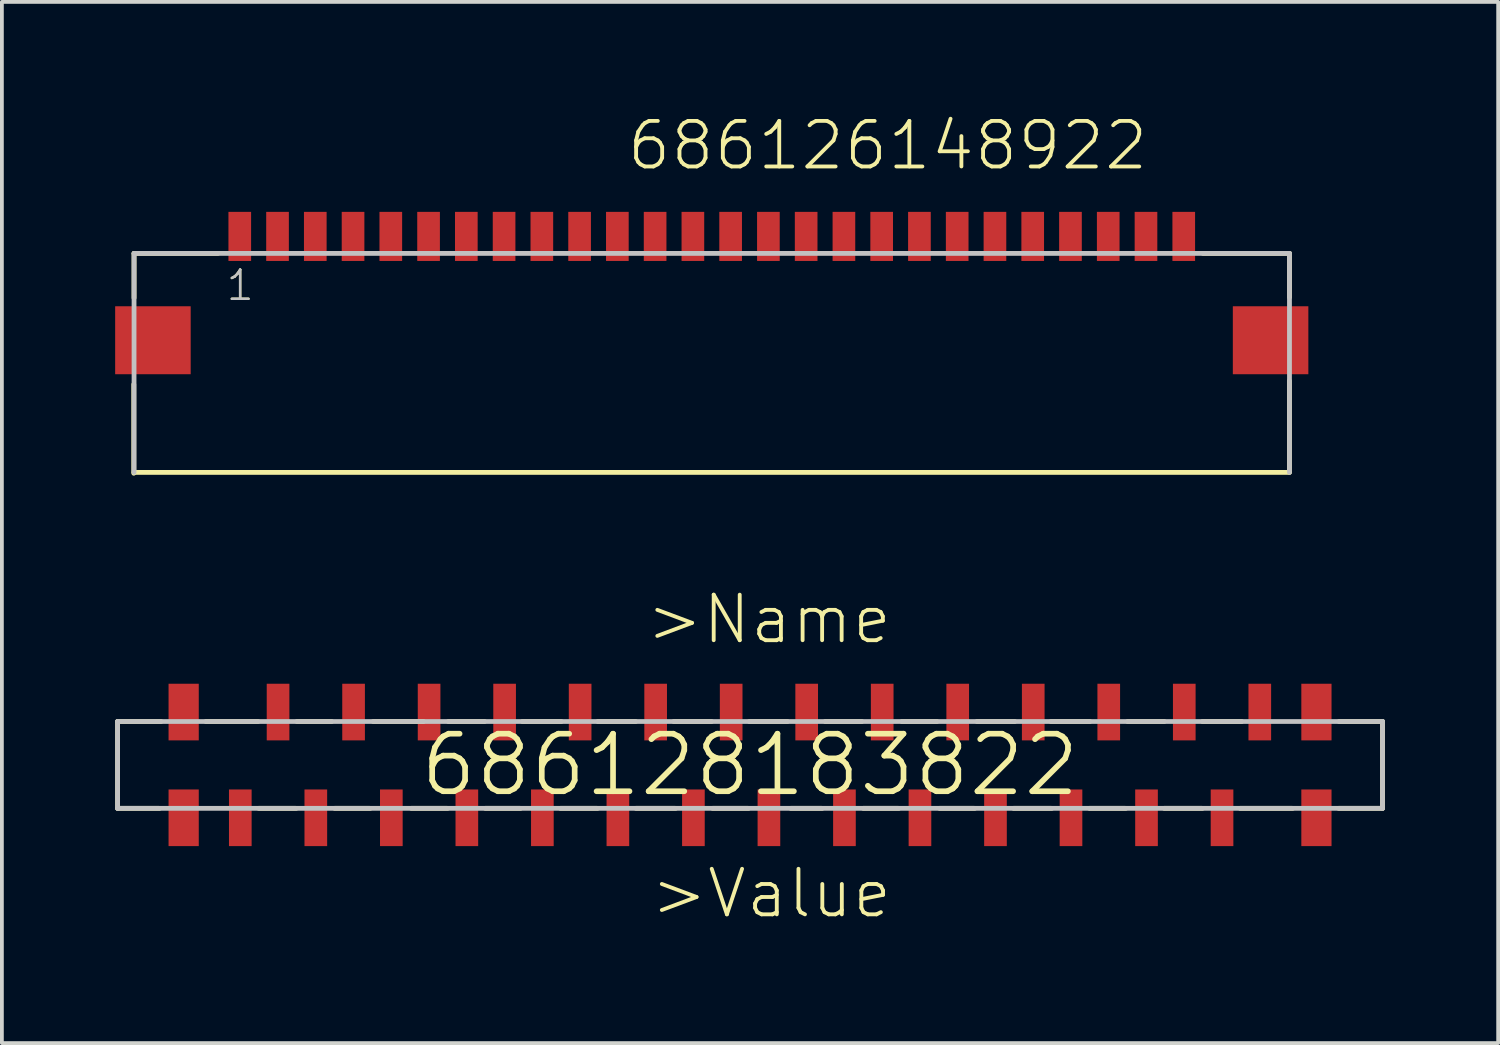
<source format=kicad_pcb>
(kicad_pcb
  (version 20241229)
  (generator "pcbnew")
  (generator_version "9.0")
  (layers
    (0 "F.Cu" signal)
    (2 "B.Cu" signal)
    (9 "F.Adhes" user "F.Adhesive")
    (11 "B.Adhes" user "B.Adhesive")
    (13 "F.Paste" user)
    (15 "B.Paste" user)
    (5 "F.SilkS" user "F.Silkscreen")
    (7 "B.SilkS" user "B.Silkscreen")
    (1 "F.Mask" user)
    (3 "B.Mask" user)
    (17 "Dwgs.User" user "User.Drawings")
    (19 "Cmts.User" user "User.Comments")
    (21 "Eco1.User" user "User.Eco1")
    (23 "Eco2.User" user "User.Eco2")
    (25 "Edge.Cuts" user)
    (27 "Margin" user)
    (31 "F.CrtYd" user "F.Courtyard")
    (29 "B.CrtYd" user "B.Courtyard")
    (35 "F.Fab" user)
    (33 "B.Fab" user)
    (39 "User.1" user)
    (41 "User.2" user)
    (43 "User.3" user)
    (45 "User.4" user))
  (footprint "686128183822"
    (layer "F.Cu")
    (at 16.814 17.208)
    (property "Reference" "686128183822" (at 0 0 0) (layer "F.SilkS") (effects (font (size 1.524 1.524) (thickness 0.15))))
    (attr through_hole)
    (fp_line (start -16.75 -1.15) (end -16.75 1.15) (stroke (width 0.127) (type solid)) (layer "F.SilkS"))
    (fp_line (start -16.75 1.15) (end -15.64 1.15) (stroke (width 0.127) (type solid)) (layer "F.SilkS"))
    (fp_line (start -15.6 -1.15) (end -16.75 -1.15) (stroke (width 0.127) (type solid)) (layer "F.SilkS"))
    (fp_line (start -14.41 -1.15) (end -13.03 -1.15) (stroke (width 0.127) (type solid)) (layer "F.SilkS"))
    (fp_line (start -13.01 1.15) (end -12.02 1.15) (stroke (width 0.127) (type solid)) (layer "F.SilkS"))
    (fp_line (start -12 -1.15) (end -11.08 -1.15) (stroke (width 0.127) (type solid)) (layer "F.SilkS"))
    (fp_line (start -11 1.15) (end -10.06 1.15) (stroke (width 0.127) (type solid)) (layer "F.SilkS"))
    (fp_line (start -9.98 -1.15) (end -8.65 -1.15) (stroke (width 0.127) (type solid)) (layer "F.SilkS"))
    (fp_line (start -8.97 1.15) (end -8.01 1.15) (stroke (width 0.127) (type solid)) (layer "F.SilkS"))
    (fp_line (start -7.99 -1.15) (end -7.03 -1.15) (stroke (width 0.127) (type solid)) (layer "F.SilkS"))
    (fp_line (start -7.01 1.15) (end -6.08 1.15) (stroke (width 0.127) (type solid)) (layer "F.SilkS"))
    (fp_line (start -6.03 -1.15) (end -5 -1.15) (stroke (width 0.127) (type solid)) (layer "F.SilkS"))
    (fp_line (start -5.02 1.15) (end -4.04 1.15) (stroke (width 0.127) (type solid)) (layer "F.SilkS"))
    (fp_line (start -4.03 -1.15) (end -3.03 -1.15) (stroke (width 0.127) (type solid)) (layer "F.SilkS"))
    (fp_line (start -3.02 1.15) (end -1.97 1.15) (stroke (width 0.127) (type solid)) (layer "F.SilkS"))
    (fp_line (start -2.02 -1.15) (end -1.02 -1.15) (stroke (width 0.127) (type solid)) (layer "F.SilkS"))
    (fp_line (start -0.99 1.15) (end -0.04 1.15) (stroke (width 0.127) (type solid)) (layer "F.SilkS"))
    (fp_line (start -0.02 -1.15) (end 0.99 -1.15) (stroke (width 0.127) (type solid)) (layer "F.SilkS"))
    (fp_line (start 1.08 1.15) (end 1.91 1.15) (stroke (width 0.127) (type solid)) (layer "F.SilkS"))
    (fp_line (start 1.99 -1.15) (end 2.96 -1.15) (stroke (width 0.127) (type solid)) (layer "F.SilkS"))
    (fp_line (start 3 1.15) (end 3.94 1.15) (stroke (width 0.127) (type solid)) (layer "F.SilkS"))
    (fp_line (start 4.02 -1.15) (end 4.95 -1.15) (stroke (width 0.127) (type solid)) (layer "F.SilkS"))
    (fp_line (start 5.02 1.15) (end 5.95 1.15) (stroke (width 0.127) (type solid)) (layer "F.SilkS"))
    (fp_line (start 6.01 -1.15) (end 7.01 -1.15) (stroke (width 0.127) (type solid)) (layer "F.SilkS"))
    (fp_line (start 6.98 1.15) (end 7.99 1.15) (stroke (width 0.127) (type solid)) (layer "F.SilkS"))
    (fp_line (start 7.97 -1.15) (end 9 -1.15) (stroke (width 0.127) (type solid)) (layer "F.SilkS"))
    (fp_line (start 8.99 1.15) (end 9.95 1.15) (stroke (width 0.127) (type solid)) (layer "F.SilkS"))
    (fp_line (start 10 -1.15) (end 10.97 -1.15) (stroke (width 0.127) (type solid)) (layer "F.SilkS"))
    (fp_line (start 10.97 1.15) (end 11.98 1.15) (stroke (width 0.127) (type solid)) (layer "F.SilkS"))
    (fp_line (start 11.98 -1.15) (end 13.02 -1.15) (stroke (width 0.127) (type solid)) (layer "F.SilkS"))
    (fp_line (start 12.98 1.15) (end 14.37 1.15) (stroke (width 0.127) (type solid)) (layer "F.SilkS"))
    (fp_line (start 15.59 1.15) (end 16.75 1.15) (stroke (width 0.127) (type solid)) (layer "F.SilkS"))
    (fp_line (start 15.6 -1.15) (end 16.75 -1.15) (stroke (width 0.127) (type solid)) (layer "F.SilkS"))
    (fp_line (start 16.75 -1.15) (end 16.75 1.15) (stroke (width 0.127) (type solid)) (layer "F.SilkS"))
    (fp_line (start -16.75 -1.15) (end 16.75 -1.15) (stroke (width 0.127) (type solid)) (layer "Dwgs.User"))
    (fp_line (start -16.75 1.15) (end -16.75 -1.15) (stroke (width 0.127) (type solid)) (layer "Dwgs.User"))
    (fp_line (start 16.75 -1.15) (end 16.75 1.15) (stroke (width 0.127) (type solid)) (layer "Dwgs.User"))
    (fp_line (start 16.75 1.15) (end -16.75 1.15) (stroke (width 0.127) (type solid)) (layer "Dwgs.User"))
    (fp_text user ">Name" (at -2.81 -3.15 0) (layer "F.SilkS") (effects (font (size 1.206 1.206) (thickness 0.102)) (justify left bottom)))
    (fp_text user ">Value" (at -2.69 4.11 0) (layer "F.SilkS") (effects (font (size 1.206 1.206) (thickness 0.102)) (justify left bottom)))
    (pad "1" smd rect (at -13.5 1.4 90) (size 1.5 0.6) (layers "F.Cu" "F.Mask" "F.Paste"))
    (pad "2" smd rect (at -12.5 -1.4 90) (size 1.5 0.6) (layers "F.Cu" "F.Mask" "F.Paste"))
    (pad "3" smd rect (at -11.5 1.4 90) (size 1.5 0.6) (layers "F.Cu" "F.Mask" "F.Paste"))
    (pad "4" smd rect (at -10.5 -1.4 90) (size 1.5 0.6) (layers "F.Cu" "F.Mask" "F.Paste"))
    (pad "5" smd rect (at -9.5 1.4 90) (size 1.5 0.6) (layers "F.Cu" "F.Mask" "F.Paste"))
    (pad "6" smd rect (at -8.5 -1.4 90) (size 1.5 0.6) (layers "F.Cu" "F.Mask" "F.Paste"))
    (pad "7" smd rect (at -7.5 1.4 90) (size 1.5 0.6) (layers "F.Cu" "F.Mask" "F.Paste"))
    (pad "8" smd rect (at -6.5 -1.4 90) (size 1.5 0.6) (layers "F.Cu" "F.Mask" "F.Paste"))
    (pad "9" smd rect (at -5.5 1.4 90) (size 1.5 0.6) (layers "F.Cu" "F.Mask" "F.Paste"))
    (pad "10" smd rect (at -4.5 -1.4 90) (size 1.5 0.6) (layers "F.Cu" "F.Mask" "F.Paste"))
    (pad "11" smd rect (at -3.5 1.4 90) (size 1.5 0.6) (layers "F.Cu" "F.Mask" "F.Paste"))
    (pad "12" smd rect (at -2.5 -1.4 90) (size 1.5 0.6) (layers "F.Cu" "F.Mask" "F.Paste"))
    (pad "13" smd rect (at -1.5 1.4 90) (size 1.5 0.6) (layers "F.Cu" "F.Mask" "F.Paste"))
    (pad "14" smd rect (at -0.5 -1.4 90) (size 1.5 0.6) (layers "F.Cu" "F.Mask" "F.Paste"))
    (pad "15" smd rect (at 0.5 1.4 90) (size 1.5 0.6) (layers "F.Cu" "F.Mask" "F.Paste"))
    (pad "16" smd rect (at 1.5 -1.4 90) (size 1.5 0.6) (layers "F.Cu" "F.Mask" "F.Paste"))
    (pad "17" smd rect (at 2.5 1.4 90) (size 1.5 0.6) (layers "F.Cu" "F.Mask" "F.Paste"))
    (pad "18" smd rect (at 3.5 -1.4 90) (size 1.5 0.6) (layers "F.Cu" "F.Mask" "F.Paste"))
    (pad "19" smd rect (at 4.5 1.4 90) (size 1.5 0.6) (layers "F.Cu" "F.Mask" "F.Paste"))
    (pad "20" smd rect (at 5.5 -1.4 90) (size 1.5 0.6) (layers "F.Cu" "F.Mask" "F.Paste"))
    (pad "21" smd rect (at 6.5 1.4 90) (size 1.5 0.6) (layers "F.Cu" "F.Mask" "F.Paste"))
    (pad "22" smd rect (at 7.5 -1.4 90) (size 1.5 0.6) (layers "F.Cu" "F.Mask" "F.Paste"))
    (pad "23" smd rect (at 8.5 1.4 90) (size 1.5 0.6) (layers "F.Cu" "F.Mask" "F.Paste"))
    (pad "24" smd rect (at 9.5 -1.4 90) (size 1.5 0.6) (layers "F.Cu" "F.Mask" "F.Paste"))
    (pad "25" smd rect (at 10.5 1.4 90) (size 1.5 0.6) (layers "F.Cu" "F.Mask" "F.Paste"))
    (pad "26" smd rect (at 11.5 -1.4 90) (size 1.5 0.6) (layers "F.Cu" "F.Mask" "F.Paste"))
    (pad "27" smd rect (at 12.5 1.4 90) (size 1.5 0.6) (layers "F.Cu" "F.Mask" "F.Paste"))
    (pad "28" smd rect (at 13.5 -1.4 90) (size 1.5 0.6) (layers "F.Cu" "F.Mask" "F.Paste"))
    (pad "Z1" smd rect (at -15 1.4 90) (size 1.5 0.8) (layers "F.Cu" "F.Mask" "F.Paste"))
    (pad "Z2" smd rect (at 15 1.4 90) (size 1.5 0.8) (layers "F.Cu" "F.Mask" "F.Paste"))
    (pad "Z3" smd rect (at 15 -1.4 90) (size 1.5 0.8) (layers "F.Cu" "F.Mask" "F.Paste"))
    (pad "Z4" smd rect (at -15 -1.4 90) (size 1.5 0.8) (layers "F.Cu" "F.Mask" "F.Paste")))
  (footprint "686126148922"
    (layer "F.Cu")
    (at 15.8 5.961)
    (property "Reference" "686126148922" (at -2.3 -4.45 0) (layer "F.SilkS") (effects (font (size 1.206 1.206) (thickness 0.102)) (justify left bottom)))
    (attr through_hole)
    (fp_line (start -15.307 1.168) (end -15.307 3.522) (stroke (width 0.127) (type solid)) (layer "F.SilkS"))
    (fp_line (start -15.3 -2.3) (end -15.3 -1.12) (stroke (width 0.127) (type solid)) (layer "F.SilkS"))
    (fp_line (start -13.08 -2.3) (end -15.3 -2.3) (stroke (width 0.127) (type solid)) (layer "F.SilkS"))
    (fp_line (start 13.01 -2.3) (end 15.3 -2.3) (stroke (width 0.127) (type solid)) (layer "F.SilkS"))
    (fp_line (start 15.298 1.077) (end 15.298 3.494) (stroke (width 0.127) (type solid)) (layer "F.SilkS"))
    (fp_line (start 15.3 -2.3) (end 15.3 -1.14) (stroke (width 0.127) (type solid)) (layer "F.SilkS"))
    (fp_line (start 15.3 3.5) (end -15.3 3.5) (stroke (width 0.127) (type solid)) (layer "F.SilkS"))
    (fp_line (start -15.3 -2.3) (end 15.3 -2.3) (stroke (width 0.127) (type solid)) (layer "Dwgs.User"))
    (fp_line (start -15.3 3.5) (end -15.3 -2.3) (stroke (width 0.127) (type solid)) (layer "Dwgs.User"))
    (fp_line (start 15.3 -2.3) (end 15.3 3.5) (stroke (width 0.127) (type solid)) (layer "Dwgs.User"))
    (fp_text user "1" (at -12.9 -1 0) (layer "F.SilkS") (effects (font (size 0.772 0.772) (thickness 0.065)) (justify left bottom)))
    (fp_text user "1" (at -12.9 -1 0) (layer "Dwgs.User") (effects (font (size 0.772 0.772) (thickness 0.065)) (justify left bottom)))
    (pad "1" smd rect (at -12.5 -2.75) (size 0.6 1.3) (layers "F.Cu" "F.Mask" "F.Paste"))
    (pad "2" smd rect (at -11.5 -2.75) (size 0.6 1.3) (layers "F.Cu" "F.Mask" "F.Paste"))
    (pad "3" smd rect (at -10.5 -2.75) (size 0.6 1.3) (layers "F.Cu" "F.Mask" "F.Paste"))
    (pad "4" smd rect (at -9.5 -2.75) (size 0.6 1.3) (layers "F.Cu" "F.Mask" "F.Paste"))
    (pad "5" smd rect (at -8.5 -2.75) (size 0.6 1.3) (layers "F.Cu" "F.Mask" "F.Paste"))
    (pad "6" smd rect (at -7.5 -2.75) (size 0.6 1.3) (layers "F.Cu" "F.Mask" "F.Paste"))
    (pad "7" smd rect (at -6.5 -2.75) (size 0.6 1.3) (layers "F.Cu" "F.Mask" "F.Paste"))
    (pad "8" smd rect (at -5.5 -2.75) (size 0.6 1.3) (layers "F.Cu" "F.Mask" "F.Paste"))
    (pad "9" smd rect (at -4.5 -2.75) (size 0.6 1.3) (layers "F.Cu" "F.Mask" "F.Paste"))
    (pad "10" smd rect (at -3.5 -2.75) (size 0.6 1.3) (layers "F.Cu" "F.Mask" "F.Paste"))
    (pad "11" smd rect (at -2.5 -2.75) (size 0.6 1.3) (layers "F.Cu" "F.Mask" "F.Paste"))
    (pad "12" smd rect (at -1.5 -2.75) (size 0.6 1.3) (layers "F.Cu" "F.Mask" "F.Paste"))
    (pad "13" smd rect (at -0.5 -2.75) (size 0.6 1.3) (layers "F.Cu" "F.Mask" "F.Paste"))
    (pad "14" smd rect (at 0.5 -2.75) (size 0.6 1.3) (layers "F.Cu" "F.Mask" "F.Paste"))
    (pad "15" smd rect (at 1.5 -2.75) (size 0.6 1.3) (layers "F.Cu" "F.Mask" "F.Paste"))
    (pad "16" smd rect (at 2.5 -2.75) (size 0.6 1.3) (layers "F.Cu" "F.Mask" "F.Paste"))
    (pad "17" smd rect (at 3.5 -2.75) (size 0.6 1.3) (layers "F.Cu" "F.Mask" "F.Paste"))
    (pad "18" smd rect (at 4.5 -2.75) (size 0.6 1.3) (layers "F.Cu" "F.Mask" "F.Paste"))
    (pad "19" smd rect (at 5.5 -2.75) (size 0.6 1.3) (layers "F.Cu" "F.Mask" "F.Paste"))
    (pad "20" smd rect (at 6.5 -2.75) (size 0.6 1.3) (layers "F.Cu" "F.Mask" "F.Paste"))
    (pad "21" smd rect (at 7.5 -2.75) (size 0.6 1.3) (layers "F.Cu" "F.Mask" "F.Paste"))
    (pad "22" smd rect (at 8.5 -2.75) (size 0.6 1.3) (layers "F.Cu" "F.Mask" "F.Paste"))
    (pad "23" smd rect (at 9.5 -2.75) (size 0.6 1.3) (layers "F.Cu" "F.Mask" "F.Paste"))
    (pad "24" smd rect (at 10.5 -2.75) (size 0.6 1.3) (layers "F.Cu" "F.Mask" "F.Paste"))
    (pad "25" smd rect (at 11.5 -2.75) (size 0.6 1.3) (layers "F.Cu" "F.Mask" "F.Paste"))
    (pad "26" smd rect (at 12.5 -2.75) (size 0.6 1.3) (layers "F.Cu" "F.Mask" "F.Paste"))
    (pad "Z1" smd rect (at -14.8 0) (size 2 1.8) (layers "F.Cu" "F.Mask" "F.Paste"))
    (pad "Z2" smd rect (at 14.8 0) (size 2 1.8) (layers "F.Cu" "F.Mask" "F.Paste")))
  (gr_rect
    (start -3 -3)
    (end 36.627 24.575)
    (stroke (width 0.1) (type default))
    (fill no)
    (layer "Edge.Cuts")))
</source>
